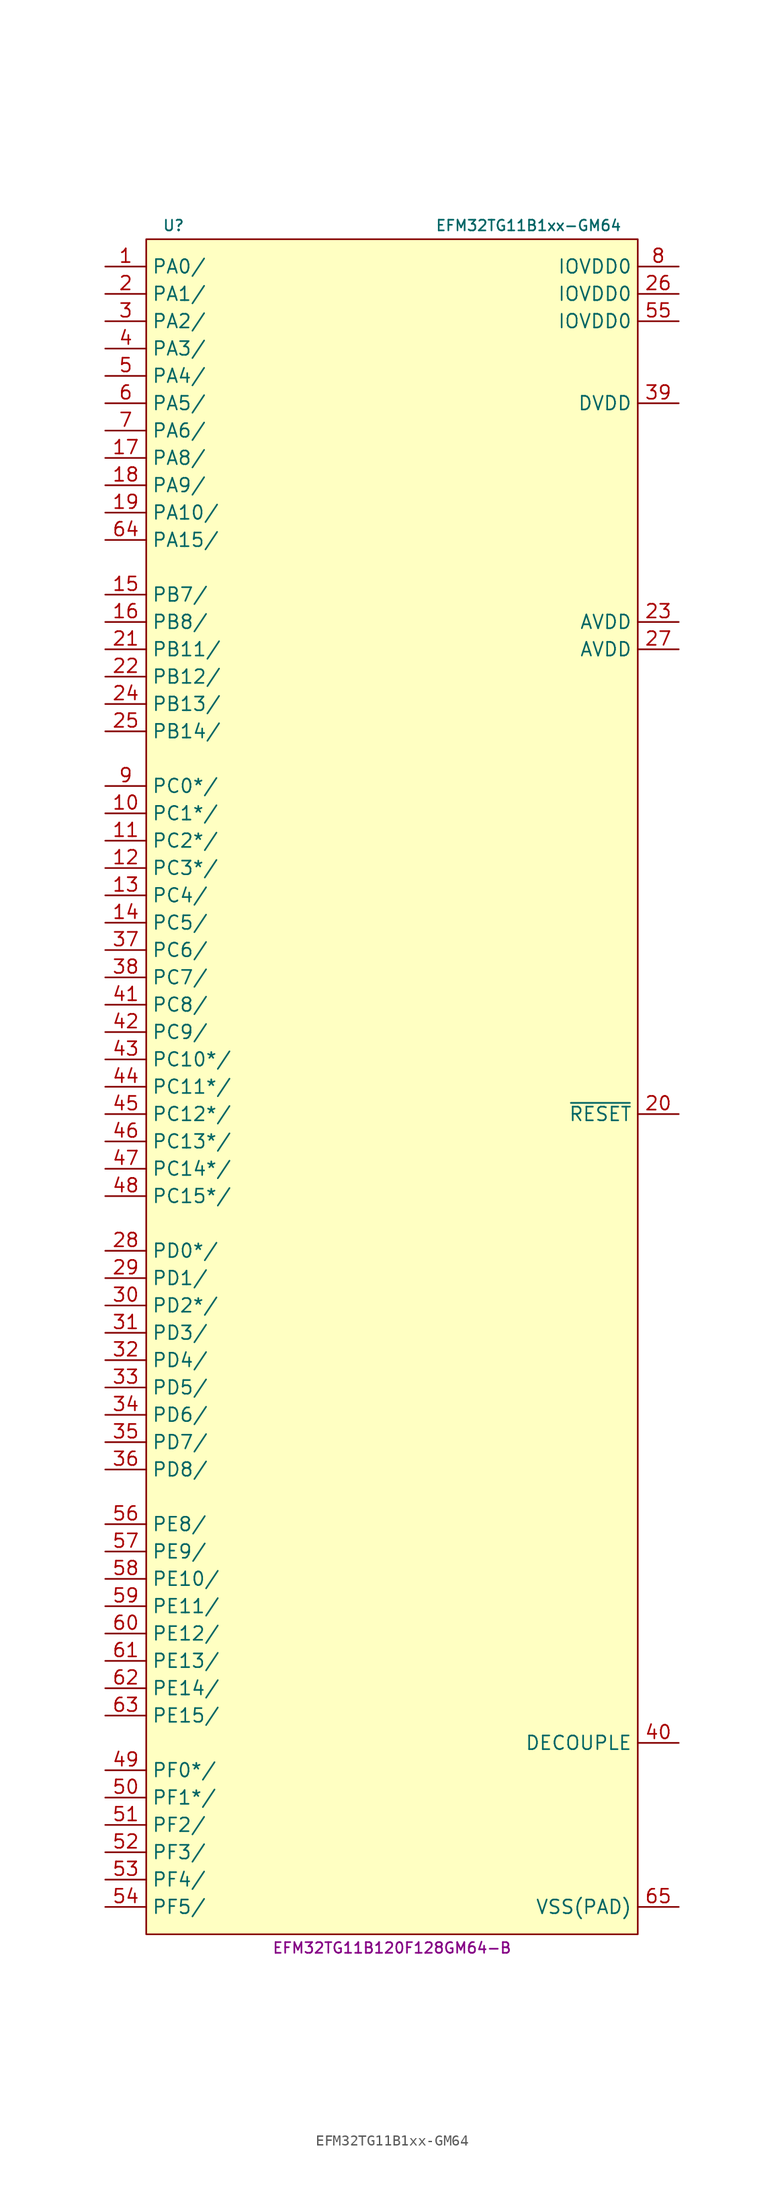
<source format=kicad_sym>
(kicad_symbol_lib
  (version 20231120)
  (generator "kicad_symbol_editor")
  (generator_version "8.0")
  (symbol "EFM32TG11B1xx-GM64"
    (property "Reference" "U"
      (at -19.05 82.55 0)
      (effects (font (size 0.991 0.991))))
    (property "Value" "EFM32TG11B1xx-GM64"
      (at 13.97 82.55 0)
      (effects (font (size 0.991 0.991))))
    (property "MPN" "EFM32TG11B120F128GM64-B"
      (at 1.27 -77.47 0)
      (effects (font (size 0.991 0.991))))
    (symbol "EFM32TG11B1xx-GM64_0_1"
      (rectangle (start -21.59 81.28) (end 24.13 -76.2) (stroke (width 0) (type default)) (fill (type background))))
    (symbol "EFM32TG11B1xx-GM64_1_1"
      (pin bidirectional line (at -25.4 78.74 0) (length 3.81) (name "PA0/" (effects (font (size 1.27 1.27)))) (number "1" (effects (font (size 1.27 1.27)))))
      (pin bidirectional line (at -25.4 27.94 0) (length 3.81) (name "PC1*/" (effects (font (size 1.27 1.27)))) (number "10" (effects (font (size 1.27 1.27)))))
      (pin bidirectional line (at -25.4 25.4 0) (length 3.81) (name "PC2*/" (effects (font (size 1.27 1.27)))) (number "11" (effects (font (size 1.27 1.27)))))
      (pin bidirectional line (at -25.4 22.86 0) (length 3.81) (name "PC3*/" (effects (font (size 1.27 1.27)))) (number "12" (effects (font (size 1.27 1.27)))))
      (pin bidirectional line (at -25.4 20.32 0) (length 3.81) (name "PC4/" (effects (font (size 1.27 1.27)))) (number "13" (effects (font (size 1.27 1.27)))))
      (pin bidirectional line (at -25.4 17.78 0) (length 3.81) (name "PC5/" (effects (font (size 1.27 1.27)))) (number "14" (effects (font (size 1.27 1.27)))))
      (pin bidirectional line (at -25.4 48.26 0) (length 3.81) (name "PB7/" (effects (font (size 1.27 1.27)))) (number "15" (effects (font (size 1.27 1.27)))))
      (pin bidirectional line (at -25.4 45.72 0) (length 3.81) (name "PB8/" (effects (font (size 1.27 1.27)))) (number "16" (effects (font (size 1.27 1.27)))))
      (pin bidirectional line (at -25.4 60.96 0) (length 3.81) (name "PA8/" (effects (font (size 1.27 1.27)))) (number "17" (effects (font (size 1.27 1.27)))))
      (pin bidirectional line (at -25.4 58.42 0) (length 3.81) (name "PA9/" (effects (font (size 1.27 1.27)))) (number "18" (effects (font (size 1.27 1.27)))))
      (pin bidirectional line (at -25.4 55.88 0) (length 3.81) (name "PA10/" (effects (font (size 1.27 1.27)))) (number "19" (effects (font (size 1.27 1.27)))))
      (pin bidirectional line (at -25.4 76.2 0) (length 3.81) (name "PA1/" (effects (font (size 1.27 1.27)))) (number "2" (effects (font (size 1.27 1.27)))))
      (pin input line (at 27.94 0 180) (length 3.81) (name "~{RESET}" (effects (font (size 1.27 1.27)))) (number "20" (effects (font (size 1.27 1.27)))))
      (pin bidirectional line (at -25.4 43.18 0) (length 3.81) (name "PB11/" (effects (font (size 1.27 1.27)))) (number "21" (effects (font (size 1.27 1.27)))))
      (pin bidirectional line (at -25.4 40.64 0) (length 3.81) (name "PB12/" (effects (font (size 1.27 1.27)))) (number "22" (effects (font (size 1.27 1.27)))))
      (pin power_in line (at 27.94 45.72 180) (length 3.81) (name "AVDD" (effects (font (size 1.27 1.27)))) (number "23" (effects (font (size 1.27 1.27)))))
      (pin bidirectional line (at -25.4 38.1 0) (length 3.81) (name "PB13/" (effects (font (size 1.27 1.27)))) (number "24" (effects (font (size 1.27 1.27)))))
      (pin bidirectional line (at -25.4 35.56 0) (length 3.81) (name "PB14/" (effects (font (size 1.27 1.27)))) (number "25" (effects (font (size 1.27 1.27)))))
      (pin power_in line (at 27.94 76.2 180) (length 3.81) (name "IOVDD0" (effects (font (size 1.27 1.27)))) (number "26" (effects (font (size 1.27 1.27)))))
      (pin power_in line (at 27.94 43.18 180) (length 3.81) (name "AVDD" (effects (font (size 1.27 1.27)))) (number "27" (effects (font (size 1.27 1.27)))))
      (pin bidirectional line (at -25.4 -12.7 0) (length 3.81) (name "PD0*/" (effects (font (size 1.27 1.27)))) (number "28" (effects (font (size 1.27 1.27)))))
      (pin bidirectional line (at -25.4 -15.24 0) (length 3.81) (name "PD1/" (effects (font (size 1.27 1.27)))) (number "29" (effects (font (size 1.27 1.27)))))
      (pin bidirectional line (at -25.4 73.66 0) (length 3.81) (name "PA2/" (effects (font (size 1.27 1.27)))) (number "3" (effects (font (size 1.27 1.27)))))
      (pin bidirectional line (at -25.4 -17.78 0) (length 3.81) (name "PD2*/" (effects (font (size 1.27 1.27)))) (number "30" (effects (font (size 1.27 1.27)))))
      (pin bidirectional line (at -25.4 -20.32 0) (length 3.81) (name "PD3/" (effects (font (size 1.27 1.27)))) (number "31" (effects (font (size 1.27 1.27)))))
      (pin bidirectional line (at -25.4 -22.86 0) (length 3.81) (name "PD4/" (effects (font (size 1.27 1.27)))) (number "32" (effects (font (size 1.27 1.27)))))
      (pin bidirectional line (at -25.4 -25.4 0) (length 3.81) (name "PD5/" (effects (font (size 1.27 1.27)))) (number "33" (effects (font (size 1.27 1.27)))))
      (pin bidirectional line (at -25.4 -27.94 0) (length 3.81) (name "PD6/" (effects (font (size 1.27 1.27)))) (number "34" (effects (font (size 1.27 1.27)))))
      (pin bidirectional line (at -25.4 -30.48 0) (length 3.81) (name "PD7/" (effects (font (size 1.27 1.27)))) (number "35" (effects (font (size 1.27 1.27)))))
      (pin bidirectional line (at -25.4 -33.02 0) (length 3.81) (name "PD8/" (effects (font (size 1.27 1.27)))) (number "36" (effects (font (size 1.27 1.27)))))
      (pin bidirectional line (at -25.4 15.24 0) (length 3.81) (name "PC6/" (effects (font (size 1.27 1.27)))) (number "37" (effects (font (size 1.27 1.27)))))
      (pin bidirectional line (at -25.4 12.7 0) (length 3.81) (name "PC7/" (effects (font (size 1.27 1.27)))) (number "38" (effects (font (size 1.27 1.27)))))
      (pin power_in line (at 27.94 66.04 180) (length 3.81) (name "DVDD" (effects (font (size 1.27 1.27)))) (number "39" (effects (font (size 1.27 1.27)))))
      (pin bidirectional line (at -25.4 71.12 0) (length 3.81) (name "PA3/" (effects (font (size 1.27 1.27)))) (number "4" (effects (font (size 1.27 1.27)))))
      (pin power_in line (at 27.94 -58.42 180) (length 3.81) (name "DECOUPLE" (effects (font (size 1.27 1.27)))) (number "40" (effects (font (size 1.27 1.27)))))
      (pin bidirectional line (at -25.4 10.16 0) (length 3.81) (name "PC8/" (effects (font (size 1.27 1.27)))) (number "41" (effects (font (size 1.27 1.27)))))
      (pin bidirectional line (at -25.4 7.62 0) (length 3.81) (name "PC9/" (effects (font (size 1.27 1.27)))) (number "42" (effects (font (size 1.27 1.27)))))
      (pin bidirectional line (at -25.4 5.08 0) (length 3.81) (name "PC10*/" (effects (font (size 1.27 1.27)))) (number "43" (effects (font (size 1.27 1.27)))))
      (pin bidirectional line (at -25.4 2.54 0) (length 3.81) (name "PC11*/" (effects (font (size 1.27 1.27)))) (number "44" (effects (font (size 1.27 1.27)))))
      (pin bidirectional line (at -25.4 0 0) (length 3.81) (name "PC12*/" (effects (font (size 1.27 1.27)))) (number "45" (effects (font (size 1.27 1.27)))))
      (pin bidirectional line (at -25.4 -2.54 0) (length 3.81) (name "PC13*/" (effects (font (size 1.27 1.27)))) (number "46" (effects (font (size 1.27 1.27)))))
      (pin bidirectional line (at -25.4 -5.08 0) (length 3.81) (name "PC14*/" (effects (font (size 1.27 1.27)))) (number "47" (effects (font (size 1.27 1.27)))))
      (pin bidirectional line (at -25.4 -7.62 0) (length 3.81) (name "PC15*/" (effects (font (size 1.27 1.27)))) (number "48" (effects (font (size 1.27 1.27)))))
      (pin bidirectional line (at -25.4 -60.96 0) (length 3.81) (name "PF0*/" (effects (font (size 1.27 1.27)))) (number "49" (effects (font (size 1.27 1.27)))))
      (pin bidirectional line (at -25.4 68.58 0) (length 3.81) (name "PA4/" (effects (font (size 1.27 1.27)))) (number "5" (effects (font (size 1.27 1.27)))))
      (pin bidirectional line (at -25.4 -63.5 0) (length 3.81) (name "PF1*/" (effects (font (size 1.27 1.27)))) (number "50" (effects (font (size 1.27 1.27)))))
      (pin bidirectional line (at -25.4 -66.04 0) (length 3.81) (name "PF2/" (effects (font (size 1.27 1.27)))) (number "51" (effects (font (size 1.27 1.27)))))
      (pin bidirectional line (at -25.4 -68.58 0) (length 3.81) (name "PF3/" (effects (font (size 1.27 1.27)))) (number "52" (effects (font (size 1.27 1.27)))))
      (pin bidirectional line (at -25.4 -71.12 0) (length 3.81) (name "PF4/" (effects (font (size 1.27 1.27)))) (number "53" (effects (font (size 1.27 1.27)))))
      (pin bidirectional line (at -25.4 -73.66 0) (length 3.81) (name "PF5/" (effects (font (size 1.27 1.27)))) (number "54" (effects (font (size 1.27 1.27)))))
      (pin power_in line (at 27.94 73.66 180) (length 3.81) (name "IOVDD0" (effects (font (size 1.27 1.27)))) (number "55" (effects (font (size 1.27 1.27)))))
      (pin bidirectional line (at -25.4 -38.1 0) (length 3.81) (name "PE8/" (effects (font (size 1.27 1.27)))) (number "56" (effects (font (size 1.27 1.27)))))
      (pin bidirectional line (at -25.4 -40.64 0) (length 3.81) (name "PE9/" (effects (font (size 1.27 1.27)))) (number "57" (effects (font (size 1.27 1.27)))))
      (pin bidirectional line (at -25.4 -43.18 0) (length 3.81) (name "PE10/" (effects (font (size 1.27 1.27)))) (number "58" (effects (font (size 1.27 1.27)))))
      (pin bidirectional line (at -25.4 -45.72 0) (length 3.81) (name "PE11/" (effects (font (size 1.27 1.27)))) (number "59" (effects (font (size 1.27 1.27)))))
      (pin bidirectional line (at -25.4 66.04 0) (length 3.81) (name "PA5/" (effects (font (size 1.27 1.27)))) (number "6" (effects (font (size 1.27 1.27)))))
      (pin bidirectional line (at -25.4 -48.26 0) (length 3.81) (name "PE12/" (effects (font (size 1.27 1.27)))) (number "60" (effects (font (size 1.27 1.27)))))
      (pin bidirectional line (at -25.4 -50.8 0) (length 3.81) (name "PE13/" (effects (font (size 1.27 1.27)))) (number "61" (effects (font (size 1.27 1.27)))))
      (pin bidirectional line (at -25.4 -53.34 0) (length 3.81) (name "PE14/" (effects (font (size 1.27 1.27)))) (number "62" (effects (font (size 1.27 1.27)))))
      (pin bidirectional line (at -25.4 -55.88 0) (length 3.81) (name "PE15/" (effects (font (size 1.27 1.27)))) (number "63" (effects (font (size 1.27 1.27)))))
      (pin bidirectional line (at -25.4 53.34 0) (length 3.81) (name "PA15/" (effects (font (size 1.27 1.27)))) (number "64" (effects (font (size 1.27 1.27)))))
      (pin power_in line (at 27.94 -73.66 180) (length 3.81) (name "VSS(PAD)" (effects (font (size 1.27 1.27)))) (number "65" (effects (font (size 1.27 1.27)))))
      (pin bidirectional line (at -25.4 63.5 0) (length 3.81) (name "PA6/" (effects (font (size 1.27 1.27)))) (number "7" (effects (font (size 1.27 1.27)))))
      (pin power_in line (at 27.94 78.74 180) (length 3.81) (name "IOVDD0" (effects (font (size 1.27 1.27)))) (number "8" (effects (font (size 1.27 1.27)))))
      (pin bidirectional line (at -25.4 30.48 0) (length 3.81) (name "PC0*/" (effects (font (size 1.27 1.27)))) (number "9" (effects (font (size 1.27 1.27))))))))
</source>
